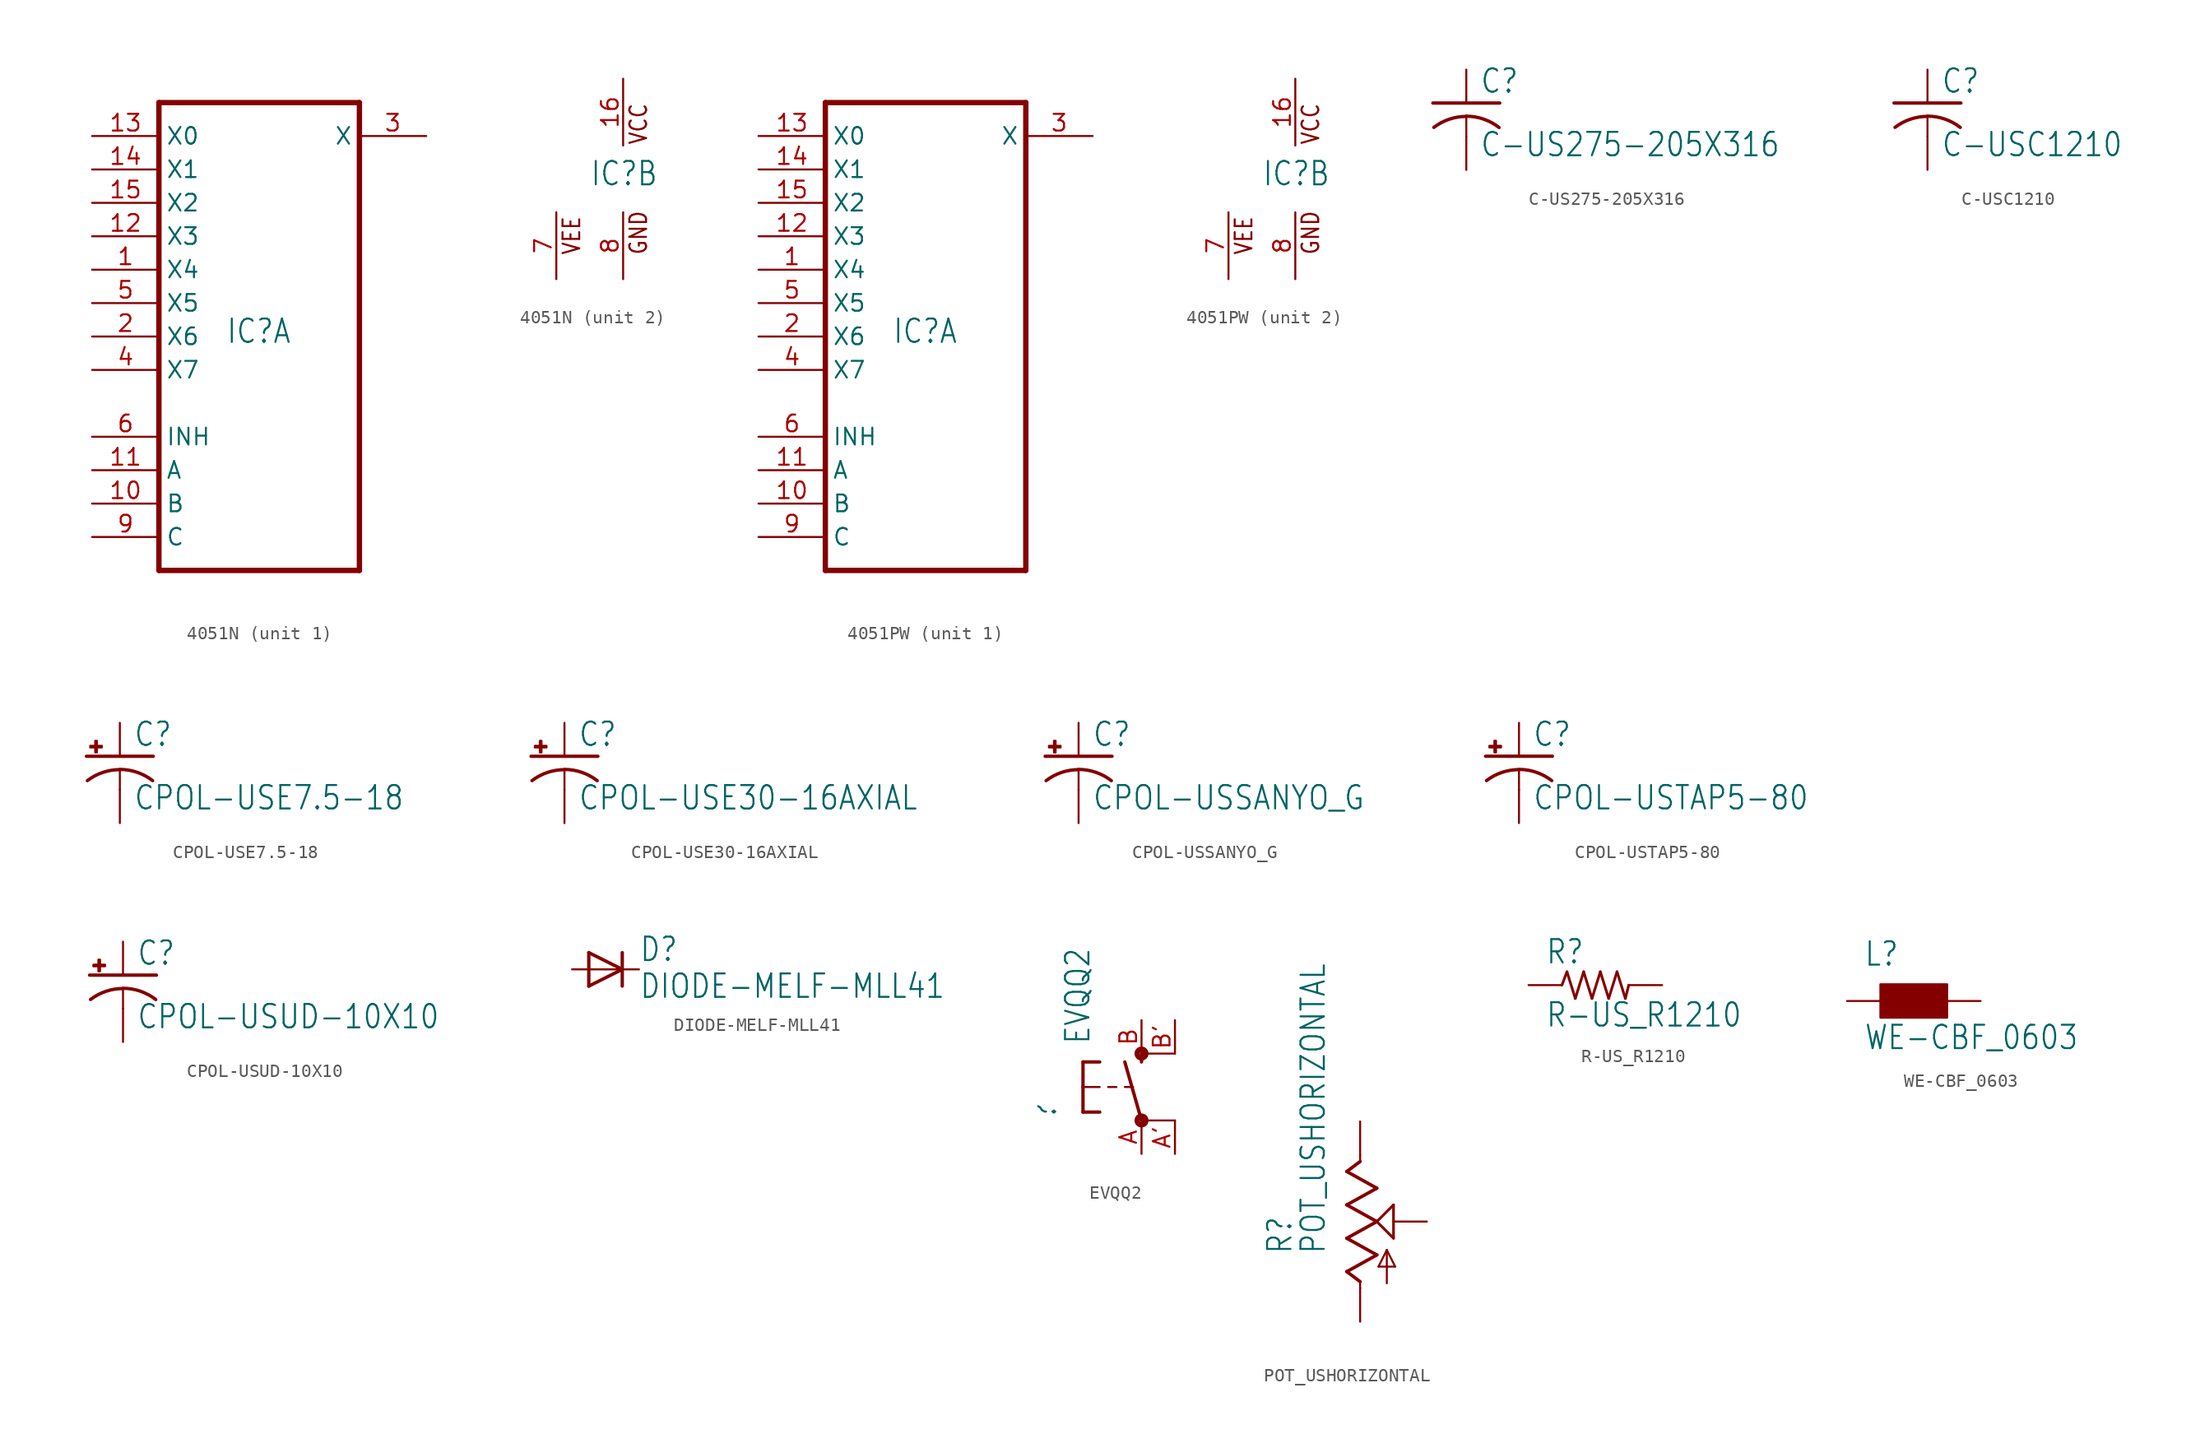
<source format=kicad_sym>
(kicad_symbol_lib
  (version 20211014)
  (generator kicad_symbol_editor)
  (symbol "4051N"
    (property "Reference" "IC"
      (at -2.54 -0.635 0)
      (effects (font (size 1.778 1.511)) (justify left bottom)))
    (property "ki_locked" ""
      (at 0 0 0)
      (effects (font (size 1.27 1.27))))
    (symbol "4051N_1_0"
      (polyline (pts (xy -7.62 -17.78) (xy 7.62 -17.78)) (stroke (width 0.406) (type default) (color 0 0 0 0)) (fill (type none)))
      (polyline (pts (xy -7.62 17.78) (xy -7.62 -17.78)) (stroke (width 0.406) (type default) (color 0 0 0 0)) (fill (type none)))
      (polyline (pts (xy 7.62 -17.78) (xy 7.62 17.78)) (stroke (width 0.406) (type default) (color 0 0 0 0)) (fill (type none)))
      (polyline (pts (xy 7.62 17.78) (xy -7.62 17.78)) (stroke (width 0.406) (type default) (color 0 0 0 0)) (fill (type none)))
      (pin bidirectional line (at -12.7 5.08 0) (length 5.08) (name "X4" (effects (font (size 1.27 1.27)))) (number "1" (effects (font (size 1.27 1.27)))))
      (pin input line (at -12.7 -12.7 0) (length 5.08) (name "B" (effects (font (size 1.27 1.27)))) (number "10" (effects (font (size 1.27 1.27)))))
      (pin input line (at -12.7 -10.16 0) (length 5.08) (name "A" (effects (font (size 1.27 1.27)))) (number "11" (effects (font (size 1.27 1.27)))))
      (pin bidirectional line (at -12.7 7.62 0) (length 5.08) (name "X3" (effects (font (size 1.27 1.27)))) (number "12" (effects (font (size 1.27 1.27)))))
      (pin bidirectional line (at -12.7 15.24 0) (length 5.08) (name "X0" (effects (font (size 1.27 1.27)))) (number "13" (effects (font (size 1.27 1.27)))))
      (pin bidirectional line (at -12.7 12.7 0) (length 5.08) (name "X1" (effects (font (size 1.27 1.27)))) (number "14" (effects (font (size 1.27 1.27)))))
      (pin bidirectional line (at -12.7 10.16 0) (length 5.08) (name "X2" (effects (font (size 1.27 1.27)))) (number "15" (effects (font (size 1.27 1.27)))))
      (pin bidirectional line (at -12.7 0 0) (length 5.08) (name "X6" (effects (font (size 1.27 1.27)))) (number "2" (effects (font (size 1.27 1.27)))))
      (pin bidirectional line (at 12.7 15.24 180) (length 5.08) (name "X" (effects (font (size 1.27 1.27)))) (number "3" (effects (font (size 1.27 1.27)))))
      (pin bidirectional line (at -12.7 -2.54 0) (length 5.08) (name "X7" (effects (font (size 1.27 1.27)))) (number "4" (effects (font (size 1.27 1.27)))))
      (pin bidirectional line (at -12.7 2.54 0) (length 5.08) (name "X5" (effects (font (size 1.27 1.27)))) (number "5" (effects (font (size 1.27 1.27)))))
      (pin input line (at -12.7 -7.62 0) (length 5.08) (name "INH" (effects (font (size 1.27 1.27)))) (number "6" (effects (font (size 1.27 1.27)))))
      (pin input line (at -12.7 -15.24 0) (length 5.08) (name "C" (effects (font (size 1.27 1.27)))) (number "9" (effects (font (size 1.27 1.27))))))
    (symbol "4051N_2_0"
      (text "GND" (at 1.905 -5.842 900) (effects (font (size 1.27 1.079)) (justify left bottom)))
      (text "VCC" (at 1.905 2.54 900) (effects (font (size 1.27 1.079)) (justify left bottom)))
      (text "VEE" (at -3.175 -5.842 900) (effects (font (size 1.27 1.079)) (justify left bottom)))
      (pin power_in line (at 0 7.62 270) (length 5.08) (name "VCC" (effects (font (size 0 0)))) (number "16" (effects (font (size 1.27 1.27)))))
      (pin power_in line (at -5.08 -7.62 90) (length 5.08) (name "VEE" (effects (font (size 0 0)))) (number "7" (effects (font (size 1.27 1.27)))))
      (pin power_in line (at 0 -7.62 90) (length 5.08) (name "GND" (effects (font (size 0 0)))) (number "8" (effects (font (size 1.27 1.27)))))))
  (symbol "4051PW"
    (property "Reference" "IC"
      (at -2.54 -0.635 0)
      (effects (font (size 1.778 1.511)) (justify left bottom)))
    (property "ki_locked" ""
      (at 0 0 0)
      (effects (font (size 1.27 1.27))))
    (symbol "4051PW_1_0"
      (polyline (pts (xy -7.62 -17.78) (xy 7.62 -17.78)) (stroke (width 0.406) (type default) (color 0 0 0 0)) (fill (type none)))
      (polyline (pts (xy -7.62 17.78) (xy -7.62 -17.78)) (stroke (width 0.406) (type default) (color 0 0 0 0)) (fill (type none)))
      (polyline (pts (xy 7.62 -17.78) (xy 7.62 17.78)) (stroke (width 0.406) (type default) (color 0 0 0 0)) (fill (type none)))
      (polyline (pts (xy 7.62 17.78) (xy -7.62 17.78)) (stroke (width 0.406) (type default) (color 0 0 0 0)) (fill (type none)))
      (pin bidirectional line (at -12.7 5.08 0) (length 5.08) (name "X4" (effects (font (size 1.27 1.27)))) (number "1" (effects (font (size 1.27 1.27)))))
      (pin input line (at -12.7 -12.7 0) (length 5.08) (name "B" (effects (font (size 1.27 1.27)))) (number "10" (effects (font (size 1.27 1.27)))))
      (pin input line (at -12.7 -10.16 0) (length 5.08) (name "A" (effects (font (size 1.27 1.27)))) (number "11" (effects (font (size 1.27 1.27)))))
      (pin bidirectional line (at -12.7 7.62 0) (length 5.08) (name "X3" (effects (font (size 1.27 1.27)))) (number "12" (effects (font (size 1.27 1.27)))))
      (pin bidirectional line (at -12.7 15.24 0) (length 5.08) (name "X0" (effects (font (size 1.27 1.27)))) (number "13" (effects (font (size 1.27 1.27)))))
      (pin bidirectional line (at -12.7 12.7 0) (length 5.08) (name "X1" (effects (font (size 1.27 1.27)))) (number "14" (effects (font (size 1.27 1.27)))))
      (pin bidirectional line (at -12.7 10.16 0) (length 5.08) (name "X2" (effects (font (size 1.27 1.27)))) (number "15" (effects (font (size 1.27 1.27)))))
      (pin bidirectional line (at -12.7 0 0) (length 5.08) (name "X6" (effects (font (size 1.27 1.27)))) (number "2" (effects (font (size 1.27 1.27)))))
      (pin bidirectional line (at 12.7 15.24 180) (length 5.08) (name "X" (effects (font (size 1.27 1.27)))) (number "3" (effects (font (size 1.27 1.27)))))
      (pin bidirectional line (at -12.7 -2.54 0) (length 5.08) (name "X7" (effects (font (size 1.27 1.27)))) (number "4" (effects (font (size 1.27 1.27)))))
      (pin bidirectional line (at -12.7 2.54 0) (length 5.08) (name "X5" (effects (font (size 1.27 1.27)))) (number "5" (effects (font (size 1.27 1.27)))))
      (pin input line (at -12.7 -7.62 0) (length 5.08) (name "INH" (effects (font (size 1.27 1.27)))) (number "6" (effects (font (size 1.27 1.27)))))
      (pin input line (at -12.7 -15.24 0) (length 5.08) (name "C" (effects (font (size 1.27 1.27)))) (number "9" (effects (font (size 1.27 1.27))))))
    (symbol "4051PW_2_0"
      (text "GND" (at 1.905 -5.842 900) (effects (font (size 1.27 1.079)) (justify left bottom)))
      (text "VCC" (at 1.905 2.54 900) (effects (font (size 1.27 1.079)) (justify left bottom)))
      (text "VEE" (at -3.175 -5.842 900) (effects (font (size 1.27 1.079)) (justify left bottom)))
      (pin power_in line (at 0 7.62 270) (length 5.08) (name "VCC" (effects (font (size 0 0)))) (number "16" (effects (font (size 1.27 1.27)))))
      (pin power_in line (at -5.08 -7.62 90) (length 5.08) (name "VEE" (effects (font (size 0 0)))) (number "7" (effects (font (size 1.27 1.27)))))
      (pin power_in line (at 0 -7.62 90) (length 5.08) (name "GND" (effects (font (size 0 0)))) (number "8" (effects (font (size 1.27 1.27)))))))
  (symbol "C-US275-205X316"
    (property "Reference" "C"
      (at 1.016 0.635 0)
      (effects (font (size 1.778 1.511)) (justify left bottom)))
    (property "Value" "C-US275-205X316"
      (at 1.016 -4.191 0)
      (effects (font (size 1.778 1.511)) (justify left bottom)))
    (property "ki_locked" ""
      (at 0 0 0)
      (effects (font (size 1.27 1.27))))
    (symbol "C-US275-205X316_1_0"
      (arc (start 0 -1.0161) (mid -1.302 -1.2303) (end -2.4668 -1.8504) (stroke (width 0.254) (type default) (color 0 0 0 0)) (fill (type none)))
      (polyline (pts (xy -2.54 0) (xy 2.54 0)) (stroke (width 0.254) (type default) (color 0 0 0 0)) (fill (type none)))
      (polyline (pts (xy 0 -1.016) (xy 0 -2.54)) (stroke (width 0.152) (type default) (color 0 0 0 0)) (fill (type none)))
      (arc (start 2.4892 -1.8542) (mid 1.3158 -1.2195) (end 0 -1) (stroke (width 0.254) (type default) (color 0 0 0 0)) (fill (type none)))
      (pin passive line (at 0 2.54 270) (length 2.54) (name "1" (effects (font (size 0 0)))) (number "1" (effects (font (size 0 0)))))
      (pin passive line (at 0 -5.08 90) (length 2.54) (name "2" (effects (font (size 0 0)))) (number "2" (effects (font (size 0 0)))))))
  (symbol "C-USC1210"
    (property "Reference" "C"
      (at 1.016 0.635 0)
      (effects (font (size 1.778 1.511)) (justify left bottom)))
    (property "Value" "C-USC1210"
      (at 1.016 -4.191 0)
      (effects (font (size 1.778 1.511)) (justify left bottom)))
    (property "ki_locked" ""
      (at 0 0 0)
      (effects (font (size 1.27 1.27))))
    (symbol "C-USC1210_1_0"
      (arc (start 0 -1.0161) (mid -1.302 -1.2303) (end -2.4668 -1.8504) (stroke (width 0.254) (type default) (color 0 0 0 0)) (fill (type none)))
      (polyline (pts (xy -2.54 0) (xy 2.54 0)) (stroke (width 0.254) (type default) (color 0 0 0 0)) (fill (type none)))
      (polyline (pts (xy 0 -1.016) (xy 0 -2.54)) (stroke (width 0.152) (type default) (color 0 0 0 0)) (fill (type none)))
      (arc (start 2.4892 -1.8542) (mid 1.3158 -1.2195) (end 0 -1) (stroke (width 0.254) (type default) (color 0 0 0 0)) (fill (type none)))
      (pin passive line (at 0 2.54 270) (length 2.54) (name "1" (effects (font (size 0 0)))) (number "1" (effects (font (size 0 0)))))
      (pin passive line (at 0 -5.08 90) (length 2.54) (name "2" (effects (font (size 0 0)))) (number "2" (effects (font (size 0 0)))))))
  (symbol "CPOL-USE7.5-18"
    (property "Reference" "C"
      (at 1.016 0.635 0)
      (effects (font (size 1.778 1.511)) (justify left bottom)))
    (property "Value" "CPOL-USE7.5-18"
      (at 1.016 -4.191 0)
      (effects (font (size 1.778 1.511)) (justify left bottom)))
    (property "ki_locked" ""
      (at 0 0 0)
      (effects (font (size 1.27 1.27))))
    (symbol "CPOL-USE7.5-18_1_0"
      (rectangle (start -2.253 0.668) (end -1.364 0.795) (stroke (width 0) (type default) (color 0 0 0 0)) (fill (type outline)))
      (rectangle (start -1.872 0.287) (end -1.745 1.176) (stroke (width 0) (type default) (color 0 0 0 0)) (fill (type outline)))
      (arc (start 0 -1.0161) (mid -1.3021 -1.2302) (end -2.4669 -1.8504) (stroke (width 0.254) (type default) (color 0 0 0 0)) (fill (type none)))
      (polyline (pts (xy -2.54 0) (xy 2.54 0)) (stroke (width 0.254) (type default) (color 0 0 0 0)) (fill (type none)))
      (polyline (pts (xy 0 -1.016) (xy 0 -2.54)) (stroke (width 0.152) (type default) (color 0 0 0 0)) (fill (type none)))
      (arc (start 2.4892 -1.8542) (mid 1.3158 -1.2195) (end 0 -1) (stroke (width 0.254) (type default) (color 0 0 0 0)) (fill (type none)))
      (pin passive line (at 0 2.54 270) (length 2.54) (name "+" (effects (font (size 0 0)))) (number "+" (effects (font (size 0 0)))))
      (pin passive line (at 0 -5.08 90) (length 2.54) (name "-" (effects (font (size 0 0)))) (number "-" (effects (font (size 0 0)))))))
  (symbol "CPOL-USE30-16AXIAL"
    (property "Reference" "C"
      (at 1.016 0.635 0)
      (effects (font (size 1.778 1.511)) (justify left bottom)))
    (property "Value" "CPOL-USE30-16AXIAL"
      (at 1.016 -4.191 0)
      (effects (font (size 1.778 1.511)) (justify left bottom)))
    (property "ki_locked" ""
      (at 0 0 0)
      (effects (font (size 1.27 1.27))))
    (symbol "CPOL-USE30-16AXIAL_1_0"
      (rectangle (start -2.253 0.668) (end -1.364 0.795) (stroke (width 0) (type default) (color 0 0 0 0)) (fill (type outline)))
      (rectangle (start -1.872 0.287) (end -1.745 1.176) (stroke (width 0) (type default) (color 0 0 0 0)) (fill (type outline)))
      (arc (start 0 -1.0161) (mid -1.3021 -1.2302) (end -2.4669 -1.8504) (stroke (width 0.254) (type default) (color 0 0 0 0)) (fill (type none)))
      (polyline (pts (xy -2.54 0) (xy 2.54 0)) (stroke (width 0.254) (type default) (color 0 0 0 0)) (fill (type none)))
      (polyline (pts (xy 0 -1.016) (xy 0 -2.54)) (stroke (width 0.152) (type default) (color 0 0 0 0)) (fill (type none)))
      (arc (start 2.4892 -1.8542) (mid 1.3158 -1.2195) (end 0 -1) (stroke (width 0.254) (type default) (color 0 0 0 0)) (fill (type none)))
      (pin passive line (at 0 2.54 270) (length 2.54) (name "+" (effects (font (size 0 0)))) (number "+" (effects (font (size 0 0)))))
      (pin passive line (at 0 -5.08 90) (length 2.54) (name "-" (effects (font (size 0 0)))) (number "-" (effects (font (size 0 0)))))))
  (symbol "CPOL-USSANYO_G"
    (property "Reference" "C"
      (at 1.016 0.635 0)
      (effects (font (size 1.778 1.511)) (justify left bottom)))
    (property "Value" "CPOL-USSANYO_G"
      (at 1.016 -4.191 0)
      (effects (font (size 1.778 1.511)) (justify left bottom)))
    (property "ki_locked" ""
      (at 0 0 0)
      (effects (font (size 1.27 1.27))))
    (symbol "CPOL-USSANYO_G_1_0"
      (rectangle (start -2.253 0.668) (end -1.364 0.795) (stroke (width 0) (type default) (color 0 0 0 0)) (fill (type outline)))
      (rectangle (start -1.872 0.287) (end -1.745 1.176) (stroke (width 0) (type default) (color 0 0 0 0)) (fill (type outline)))
      (arc (start 0 -1.0161) (mid -1.3021 -1.2302) (end -2.4669 -1.8504) (stroke (width 0.254) (type default) (color 0 0 0 0)) (fill (type none)))
      (polyline (pts (xy -2.54 0) (xy 2.54 0)) (stroke (width 0.254) (type default) (color 0 0 0 0)) (fill (type none)))
      (polyline (pts (xy 0 -1.016) (xy 0 -2.54)) (stroke (width 0.152) (type default) (color 0 0 0 0)) (fill (type none)))
      (arc (start 2.4892 -1.8542) (mid 1.3158 -1.2195) (end 0 -1) (stroke (width 0.254) (type default) (color 0 0 0 0)) (fill (type none)))
      (pin passive line (at 0 2.54 270) (length 2.54) (name "+" (effects (font (size 0 0)))) (number "+" (effects (font (size 0 0)))))
      (pin passive line (at 0 -5.08 90) (length 2.54) (name "-" (effects (font (size 0 0)))) (number "-" (effects (font (size 0 0)))))))
  (symbol "CPOL-USTAP5-80"
    (property "Reference" "C"
      (at 1.016 0.635 0)
      (effects (font (size 1.778 1.511)) (justify left bottom)))
    (property "Value" "CPOL-USTAP5-80"
      (at 1.016 -4.191 0)
      (effects (font (size 1.778 1.511)) (justify left bottom)))
    (property "ki_locked" ""
      (at 0 0 0)
      (effects (font (size 1.27 1.27))))
    (symbol "CPOL-USTAP5-80_1_0"
      (rectangle (start -2.253 0.668) (end -1.364 0.795) (stroke (width 0) (type default) (color 0 0 0 0)) (fill (type outline)))
      (rectangle (start -1.872 0.287) (end -1.745 1.176) (stroke (width 0) (type default) (color 0 0 0 0)) (fill (type outline)))
      (arc (start 0 -1.0161) (mid -1.3021 -1.2302) (end -2.4669 -1.8504) (stroke (width 0.254) (type default) (color 0 0 0 0)) (fill (type none)))
      (polyline (pts (xy -2.54 0) (xy 2.54 0)) (stroke (width 0.254) (type default) (color 0 0 0 0)) (fill (type none)))
      (polyline (pts (xy 0 -1.016) (xy 0 -2.54)) (stroke (width 0.152) (type default) (color 0 0 0 0)) (fill (type none)))
      (arc (start 2.4892 -1.8542) (mid 1.3158 -1.2195) (end 0 -1) (stroke (width 0.254) (type default) (color 0 0 0 0)) (fill (type none)))
      (pin passive line (at 0 2.54 270) (length 2.54) (name "+" (effects (font (size 0 0)))) (number "+" (effects (font (size 0 0)))))
      (pin passive line (at 0 -5.08 90) (length 2.54) (name "-" (effects (font (size 0 0)))) (number "-" (effects (font (size 0 0)))))))
  (symbol "CPOL-USUD-10X10"
    (property "Reference" "C"
      (at 1.016 0.635 0)
      (effects (font (size 1.778 1.511)) (justify left bottom)))
    (property "Value" "CPOL-USUD-10X10"
      (at 1.016 -4.191 0)
      (effects (font (size 1.778 1.511)) (justify left bottom)))
    (property "ki_locked" ""
      (at 0 0 0)
      (effects (font (size 1.27 1.27))))
    (symbol "CPOL-USUD-10X10_1_0"
      (rectangle (start -2.253 0.668) (end -1.364 0.795) (stroke (width 0) (type default) (color 0 0 0 0)) (fill (type outline)))
      (rectangle (start -1.872 0.287) (end -1.745 1.176) (stroke (width 0) (type default) (color 0 0 0 0)) (fill (type outline)))
      (arc (start 0 -1.0161) (mid -1.3021 -1.2302) (end -2.4669 -1.8504) (stroke (width 0.254) (type default) (color 0 0 0 0)) (fill (type none)))
      (polyline (pts (xy -2.54 0) (xy 2.54 0)) (stroke (width 0.254) (type default) (color 0 0 0 0)) (fill (type none)))
      (polyline (pts (xy 0 -1.016) (xy 0 -2.54)) (stroke (width 0.152) (type default) (color 0 0 0 0)) (fill (type none)))
      (arc (start 2.4892 -1.8542) (mid 1.3158 -1.2195) (end 0 -1) (stroke (width 0.254) (type default) (color 0 0 0 0)) (fill (type none)))
      (pin passive line (at 0 2.54 270) (length 2.54) (name "+" (effects (font (size 0 0)))) (number "+" (effects (font (size 0 0)))))
      (pin passive line (at 0 -5.08 90) (length 2.54) (name "-" (effects (font (size 0 0)))) (number "-" (effects (font (size 0 0)))))))
  (symbol "DIODE-MELF-MLL41"
    (property "Reference" "D"
      (at 2.54 0.483 0)
      (effects (font (size 1.778 1.511)) (justify left bottom)))
    (property "Value" "DIODE-MELF-MLL41"
      (at 2.54 -2.311 0)
      (effects (font (size 1.778 1.511)) (justify left bottom)))
    (property "ki_locked" ""
      (at 0 0 0)
      (effects (font (size 1.27 1.27))))
    (symbol "DIODE-MELF-MLL41_1_0"
      (polyline (pts (xy -1.27 -1.27) (xy 1.27 0)) (stroke (width 0.254) (type default) (color 0 0 0 0)) (fill (type none)))
      (polyline (pts (xy -1.27 1.27) (xy -1.27 -1.27)) (stroke (width 0.254) (type default) (color 0 0 0 0)) (fill (type none)))
      (polyline (pts (xy 1.27 0) (xy -1.27 1.27)) (stroke (width 0.254) (type default) (color 0 0 0 0)) (fill (type none)))
      (polyline (pts (xy 1.27 0) (xy 1.27 -1.27)) (stroke (width 0.254) (type default) (color 0 0 0 0)) (fill (type none)))
      (polyline (pts (xy 1.27 1.27) (xy 1.27 0)) (stroke (width 0.254) (type default) (color 0 0 0 0)) (fill (type none)))
      (pin passive line (at -2.54 0 0) (length 2.54) (name "A" (effects (font (size 0 0)))) (number "A" (effects (font (size 0 0)))))
      (pin passive line (at 2.54 0 180) (length 2.54) (name "C" (effects (font (size 0 0)))) (number "C" (effects (font (size 0 0)))))))
  (symbol "EVQQ2"
    (property "Reference" ""
      (at -6.35 -2.54 90)
      (effects (font (size 1.778 1.511)) (justify left bottom)))
    (property "Value" "EVQQ2"
      (at -3.81 3.175 90)
      (effects (font (size 1.778 1.511)) (justify left bottom)))
    (property "ki_locked" ""
      (at 0 0 0)
      (effects (font (size 1.27 1.27))))
    (symbol "EVQQ2_1_0"
      (circle (center 0 -2.54) (radius 0.127) (stroke (width 0.406) (type default) (color 0 0 0 0)) (fill (type none)))
      (polyline (pts (xy -4.445 -1.905) (xy -3.175 -1.905)) (stroke (width 0.254) (type default) (color 0 0 0 0)) (fill (type none)))
      (polyline (pts (xy -4.445 0) (xy -4.445 -1.905)) (stroke (width 0.254) (type default) (color 0 0 0 0)) (fill (type none)))
      (polyline (pts (xy -4.445 0) (xy -3.175 0)) (stroke (width 0.152) (type default) (color 0 0 0 0)) (fill (type none)))
      (polyline (pts (xy -4.445 1.905) (xy -4.445 0)) (stroke (width 0.254) (type default) (color 0 0 0 0)) (fill (type none)))
      (polyline (pts (xy -4.445 1.905) (xy -3.175 1.905)) (stroke (width 0.254) (type default) (color 0 0 0 0)) (fill (type none)))
      (polyline (pts (xy -2.54 0) (xy -1.905 0)) (stroke (width 0.152) (type default) (color 0 0 0 0)) (fill (type none)))
      (polyline (pts (xy -1.27 0) (xy -0.635 0)) (stroke (width 0.152) (type default) (color 0 0 0 0)) (fill (type none)))
      (polyline (pts (xy 0 -2.54) (xy -1.27 1.905)) (stroke (width 0.254) (type default) (color 0 0 0 0)) (fill (type none)))
      (polyline (pts (xy 0 1.905) (xy 0 2.54)) (stroke (width 0.254) (type default) (color 0 0 0 0)) (fill (type none)))
      (polyline (pts (xy 2.54 -2.54) (xy 0 -2.54)) (stroke (width 0.152) (type default) (color 0 0 0 0)) (fill (type none)))
      (polyline (pts (xy 2.54 2.54) (xy 0 2.54)) (stroke (width 0.152) (type default) (color 0 0 0 0)) (fill (type none)))
      (circle (center 0 2.54) (radius 0.127) (stroke (width 0.406) (type default) (color 0 0 0 0)) (fill (type none)))
      (pin passive line (at 0 -5.08 90) (length 2.54) (name "P" (effects (font (size 0 0)))) (number "A" (effects (font (size 1.27 1.27)))))
      (pin passive line (at 2.54 -5.08 90) (length 2.54) (name "P1" (effects (font (size 0 0)))) (number "A'" (effects (font (size 1.27 1.27)))))
      (pin passive line (at 0 5.08 270) (length 2.54) (name "S" (effects (font (size 0 0)))) (number "B" (effects (font (size 1.27 1.27)))))
      (pin passive line (at 2.54 5.08 270) (length 2.54) (name "S1" (effects (font (size 0 0)))) (number "B'" (effects (font (size 1.27 1.27)))))))
  (symbol "POT_USHORIZONTAL"
    (property "Reference" "R"
      (at -5.08 -2.54 90)
      (effects (font (size 1.778 1.511)) (justify left bottom)))
    (property "Value" "POT_USHORIZONTAL"
      (at -2.54 -2.54 90)
      (effects (font (size 1.778 1.511)) (justify left bottom)))
    (property "ki_locked" ""
      (at 0 0 0)
      (effects (font (size 1.27 1.27))))
    (symbol "POT_USHORIZONTAL_1_0"
      (polyline (pts (xy -1.016 -3.81) (xy 1.27 -2.54)) (stroke (width 0.254) (type default) (color 0 0 0 0)) (fill (type none)))
      (polyline (pts (xy -1.016 -1.27) (xy 1.27 0)) (stroke (width 0.254) (type default) (color 0 0 0 0)) (fill (type none)))
      (polyline (pts (xy -1.016 1.27) (xy 1.27 2.54)) (stroke (width 0.254) (type default) (color 0 0 0 0)) (fill (type none)))
      (polyline (pts (xy -1.016 3.81) (xy 0 4.572)) (stroke (width 0.254) (type default) (color 0 0 0 0)) (fill (type none)))
      (polyline (pts (xy 0 -5.08) (xy 0 -4.572)) (stroke (width 0.152) (type default) (color 0 0 0 0)) (fill (type none)))
      (polyline (pts (xy 0 -4.572) (xy -1.016 -3.81)) (stroke (width 0.254) (type default) (color 0 0 0 0)) (fill (type none)))
      (polyline (pts (xy 0 4.572) (xy 0 5.08)) (stroke (width 0.152) (type default) (color 0 0 0 0)) (fill (type none)))
      (polyline (pts (xy 1.27 -2.54) (xy -1.016 -1.27)) (stroke (width 0.254) (type default) (color 0 0 0 0)) (fill (type none)))
      (polyline (pts (xy 1.27 0) (xy -1.016 1.27)) (stroke (width 0.254) (type default) (color 0 0 0 0)) (fill (type none)))
      (polyline (pts (xy 1.27 0) (xy 2.54 1.27)) (stroke (width 0.203) (type default) (color 0 0 0 0)) (fill (type none)))
      (polyline (pts (xy 1.27 2.54) (xy -1.016 3.81)) (stroke (width 0.254) (type default) (color 0 0 0 0)) (fill (type none)))
      (polyline (pts (xy 1.397 -3.429) (xy 2.032 -2.159)) (stroke (width 0.152) (type default) (color 0 0 0 0)) (fill (type none)))
      (polyline (pts (xy 2.032 -4.699) (xy 2.032 -2.159)) (stroke (width 0.152) (type default) (color 0 0 0 0)) (fill (type none)))
      (polyline (pts (xy 2.032 -2.159) (xy 2.667 -3.429)) (stroke (width 0.152) (type default) (color 0 0 0 0)) (fill (type none)))
      (polyline (pts (xy 2.54 -1.27) (xy 1.27 0)) (stroke (width 0.203) (type default) (color 0 0 0 0)) (fill (type none)))
      (polyline (pts (xy 2.54 1.27) (xy 2.54 -1.27)) (stroke (width 0.203) (type default) (color 0 0 0 0)) (fill (type none)))
      (polyline (pts (xy 2.667 -3.429) (xy 1.397 -3.429)) (stroke (width 0.152) (type default) (color 0 0 0 0)) (fill (type none)))
      (pin passive line (at 0 7.62 270) (length 2.54) (name "E" (effects (font (size 0 0)))) (number "P$1" (effects (font (size 0 0)))))
      (pin passive line (at 5.08 0 180) (length 2.54) (name "S" (effects (font (size 0 0)))) (number "P$2" (effects (font (size 0 0)))))
      (pin passive line (at 0 -7.62 90) (length 2.54) (name "A" (effects (font (size 0 0)))) (number "P$3" (effects (font (size 0 0)))))))
  (symbol "R-US_R1210"
    (property "Reference" "R"
      (at -3.81 1.499 0)
      (effects (font (size 1.778 1.511)) (justify left bottom)))
    (property "Value" "R-US_R1210"
      (at -3.81 -3.302 0)
      (effects (font (size 1.778 1.511)) (justify left bottom)))
    (property "ki_locked" ""
      (at 0 0 0)
      (effects (font (size 1.27 1.27))))
    (symbol "R-US_R1210_1_0"
      (polyline (pts (xy -2.54 0) (xy -2.159 1.016)) (stroke (width 0.203) (type default) (color 0 0 0 0)) (fill (type none)))
      (polyline (pts (xy -2.159 1.016) (xy -1.524 -1.016)) (stroke (width 0.203) (type default) (color 0 0 0 0)) (fill (type none)))
      (polyline (pts (xy -1.524 -1.016) (xy -0.889 1.016)) (stroke (width 0.203) (type default) (color 0 0 0 0)) (fill (type none)))
      (polyline (pts (xy -0.889 1.016) (xy -0.254 -1.016)) (stroke (width 0.203) (type default) (color 0 0 0 0)) (fill (type none)))
      (polyline (pts (xy -0.254 -1.016) (xy 0.381 1.016)) (stroke (width 0.203) (type default) (color 0 0 0 0)) (fill (type none)))
      (polyline (pts (xy 0.381 1.016) (xy 1.016 -1.016)) (stroke (width 0.203) (type default) (color 0 0 0 0)) (fill (type none)))
      (polyline (pts (xy 1.016 -1.016) (xy 1.651 1.016)) (stroke (width 0.203) (type default) (color 0 0 0 0)) (fill (type none)))
      (polyline (pts (xy 1.651 1.016) (xy 2.286 -1.016)) (stroke (width 0.203) (type default) (color 0 0 0 0)) (fill (type none)))
      (polyline (pts (xy 2.286 -1.016) (xy 2.54 0)) (stroke (width 0.203) (type default) (color 0 0 0 0)) (fill (type none)))
      (pin passive line (at -5.08 0 0) (length 2.54) (name "1" (effects (font (size 0 0)))) (number "1" (effects (font (size 0 0)))))
      (pin passive line (at 5.08 0 180) (length 2.54) (name "2" (effects (font (size 0 0)))) (number "2" (effects (font (size 0 0)))))))
  (symbol "WE-CBF_0603"
    (property "Reference" "L"
      (at -3.81 5.08 0)
      (effects (font (size 1.778 1.511)) (justify left bottom)))
    (property "Value" "WE-CBF_0603"
      (at -3.81 -1.27 0)
      (effects (font (size 1.778 1.511)) (justify left bottom)))
    (property "ki_locked" ""
      (at 0 0 0)
      (effects (font (size 1.27 1.27))))
    (symbol "WE-CBF_0603_1_0"
      (rectangle (start -2.54 1.27) (end 2.54 3.81) (stroke (width 0) (type default) (color 0 0 0 0)) (fill (type outline)))
      (pin passive line (at -5.08 2.54 0) (length 2.54) (name "1" (effects (font (size 0 0)))) (number "1" (effects (font (size 0 0)))))
      (pin passive line (at 5.08 2.54 180) (length 2.54) (name "2" (effects (font (size 0 0)))) (number "2" (effects (font (size 0 0))))))))
</source>
